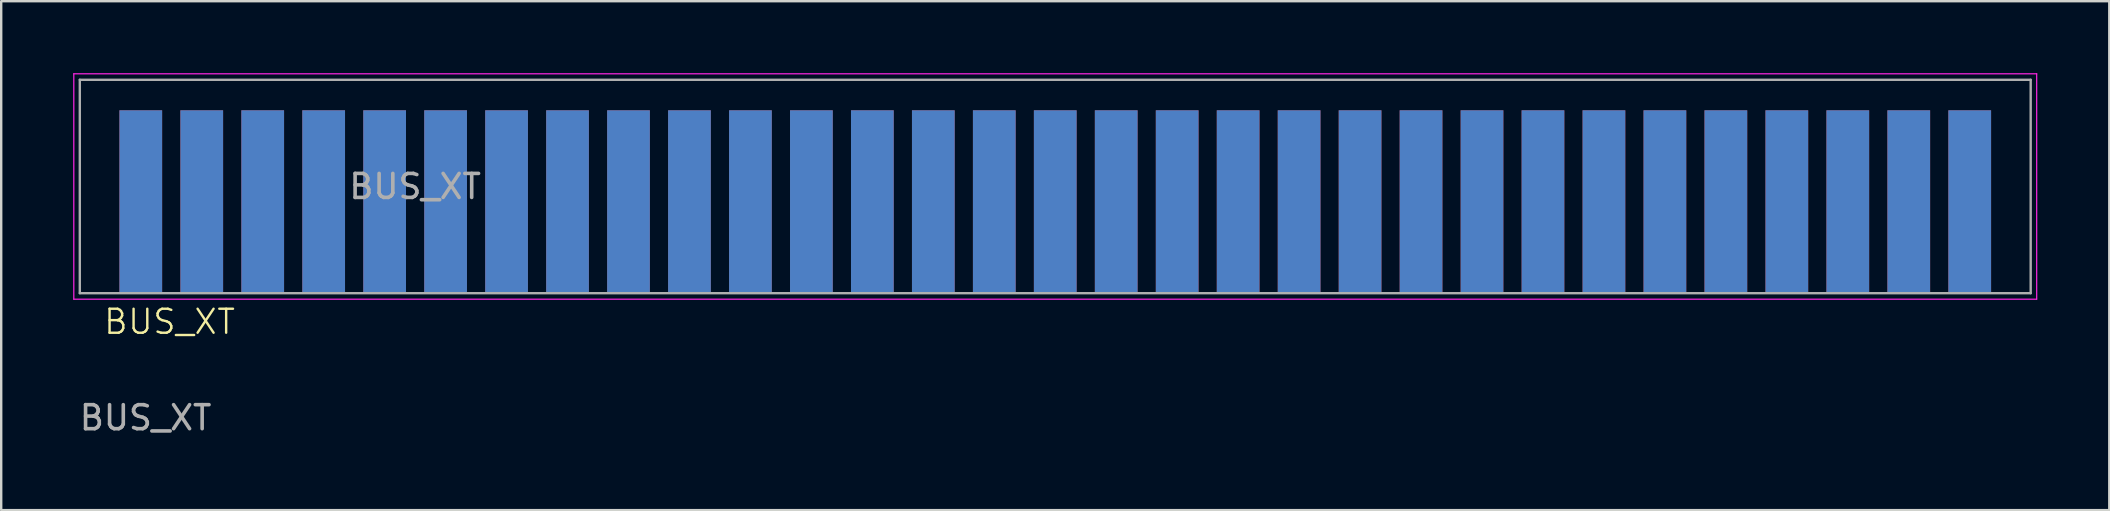
<source format=kicad_pcb>
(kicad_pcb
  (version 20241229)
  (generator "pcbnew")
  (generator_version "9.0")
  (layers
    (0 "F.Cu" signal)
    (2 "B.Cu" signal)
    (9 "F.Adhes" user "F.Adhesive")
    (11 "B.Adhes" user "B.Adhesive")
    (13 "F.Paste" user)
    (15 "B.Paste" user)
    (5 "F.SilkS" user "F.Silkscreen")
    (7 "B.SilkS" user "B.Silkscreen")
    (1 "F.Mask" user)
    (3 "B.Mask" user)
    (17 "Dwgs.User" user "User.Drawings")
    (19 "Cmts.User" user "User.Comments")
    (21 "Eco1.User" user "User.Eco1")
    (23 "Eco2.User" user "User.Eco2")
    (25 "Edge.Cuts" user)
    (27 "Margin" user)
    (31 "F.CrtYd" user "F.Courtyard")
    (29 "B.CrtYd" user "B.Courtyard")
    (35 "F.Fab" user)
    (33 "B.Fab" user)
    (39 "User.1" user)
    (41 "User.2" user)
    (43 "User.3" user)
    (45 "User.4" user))
  (footprint "BUS_XT"
    (layer "F.Cu")
    (at 79.015 5.355)
    (property "Reference" "BUS_XT" (at -75 5 0) (unlocked yes) (layer "F.SilkS") (effects (font (size 1 1) (thickness 0.1))))
    (attr through_hole)
    (fp_line (start -78.99 -5.33) (end -78.99 4.06) (stroke (width 0.05) (type solid)) (layer "F.CrtYd"))
    (fp_line (start -78.99 -5.33) (end 2.79 -5.33) (stroke (width 0.05) (type solid)) (layer "F.CrtYd"))
    (fp_line (start 2.79 4.06) (end -78.99 4.06) (stroke (width 0.05) (type solid)) (layer "F.CrtYd"))
    (fp_line (start 2.79 4.06) (end 2.79 -5.33) (stroke (width 0.05) (type solid)) (layer "F.CrtYd"))
    (fp_line (start -78.74 -5.08) (end 2.54 -5.08) (stroke (width 0.1) (type solid)) (layer "F.Fab"))
    (fp_line (start -78.74 3.81) (end -78.74 -5.08) (stroke (width 0.1) (type solid)) (layer "F.Fab"))
    (fp_line (start 2.54 -5.08) (end 2.54 3.81) (stroke (width 0.1) (type solid)) (layer "F.Fab"))
    (fp_line (start 2.54 3.81) (end -78.74 3.81) (stroke (width 0.1) (type solid)) (layer "F.Fab"))
    (fp_text user "${REFERENCE}" (at -64.77 -0.635 0) (layer "F.Fab") (effects (font (size 1 1) (thickness 0.15))))
    (fp_text user "${REFERENCE}" (at -76 9 0) (unlocked yes) (layer "F.Fab") (effects (font (size 1 1) (thickness 0.15))))
    (pad "1" connect rect (at 0 0) (size 1.78 7.62) (layers "B.Cu" "B.Mask"))
    (pad "2" connect rect (at -2.54 0) (size 1.78 7.62) (layers "B.Cu" "B.Mask"))
    (pad "3" connect rect (at -5.08 0) (size 1.78 7.62) (layers "B.Cu" "B.Mask"))
    (pad "4" connect rect (at -7.62 0) (size 1.78 7.62) (layers "B.Cu" "B.Mask"))
    (pad "5" connect rect (at -10.16 0) (size 1.78 7.62) (layers "B.Cu" "B.Mask"))
    (pad "6" connect rect (at -12.7 0) (size 1.78 7.62) (layers "B.Cu" "B.Mask"))
    (pad "7" connect rect (at -15.24 0) (size 1.78 7.62) (layers "B.Cu" "B.Mask"))
    (pad "8" connect rect (at -17.78 0) (size 1.78 7.62) (layers "B.Cu" "B.Mask"))
    (pad "9" connect rect (at -20.32 0) (size 1.78 7.62) (layers "B.Cu" "B.Mask"))
    (pad "10" connect rect (at -22.86 0) (size 1.78 7.62) (layers "B.Cu" "B.Mask"))
    (pad "11" connect rect (at -25.4 0) (size 1.78 7.62) (layers "B.Cu" "B.Mask"))
    (pad "12" connect rect (at -27.94 0) (size 1.78 7.62) (layers "B.Cu" "B.Mask"))
    (pad "13" connect rect (at -30.48 0) (size 1.78 7.62) (layers "B.Cu" "B.Mask"))
    (pad "14" connect rect (at -33.02 0) (size 1.78 7.62) (layers "B.Cu" "B.Mask"))
    (pad "15" connect rect (at -35.56 0) (size 1.78 7.62) (layers "B.Cu" "B.Mask"))
    (pad "16" connect rect (at -38.1 0) (size 1.78 7.62) (layers "B.Cu" "B.Mask"))
    (pad "17" connect rect (at -40.64 0) (size 1.78 7.62) (layers "B.Cu" "B.Mask"))
    (pad "18" connect rect (at -43.18 0) (size 1.78 7.62) (layers "B.Cu" "B.Mask"))
    (pad "19" connect rect (at -45.72 0) (size 1.78 7.62) (layers "B.Cu" "B.Mask"))
    (pad "20" connect rect (at -48.26 0) (size 1.78 7.62) (layers "B.Cu" "B.Mask"))
    (pad "21" connect rect (at -50.8 0) (size 1.78 7.62) (layers "B.Cu" "B.Mask"))
    (pad "22" connect rect (at -53.34 0) (size 1.78 7.62) (layers "B.Cu" "B.Mask"))
    (pad "23" connect rect (at -55.88 0) (size 1.78 7.62) (layers "B.Cu" "B.Mask"))
    (pad "24" connect rect (at -58.42 0) (size 1.78 7.62) (layers "B.Cu" "B.Mask"))
    (pad "25" connect rect (at -60.96 0) (size 1.78 7.62) (layers "B.Cu" "B.Mask"))
    (pad "26" connect rect (at -63.5 0) (size 1.78 7.62) (layers "B.Cu" "B.Mask"))
    (pad "27" connect rect (at -66.04 0) (size 1.78 7.62) (layers "B.Cu" "B.Mask"))
    (pad "28" connect rect (at -68.58 0) (size 1.78 7.62) (layers "B.Cu" "B.Mask"))
    (pad "29" connect rect (at -71.12 0) (size 1.78 7.62) (layers "B.Cu" "B.Mask"))
    (pad "30" connect rect (at -73.66 0) (size 1.78 7.62) (layers "B.Cu" "B.Mask"))
    (pad "31" connect rect (at -76.2 0) (size 1.78 7.62) (layers "B.Cu" "B.Mask"))
    (pad "32" connect rect (at 0 0) (size 1.78 7.62) (layers "F.Cu" "F.Mask"))
    (pad "33" connect rect (at -2.54 0) (size 1.78 7.62) (layers "F.Cu" "F.Mask"))
    (pad "34" connect rect (at -5.08 0) (size 1.78 7.62) (layers "F.Cu" "F.Mask"))
    (pad "35" connect rect (at -7.62 0) (size 1.78 7.62) (layers "F.Cu" "F.Mask"))
    (pad "36" connect rect (at -10.16 0) (size 1.78 7.62) (layers "F.Cu" "F.Mask"))
    (pad "37" connect rect (at -12.7 0) (size 1.78 7.62) (layers "F.Cu" "F.Mask"))
    (pad "38" connect rect (at -15.24 0) (size 1.78 7.62) (layers "F.Cu" "F.Mask"))
    (pad "39" connect rect (at -17.78 0) (size 1.78 7.62) (layers "F.Cu" "F.Mask"))
    (pad "40" connect rect (at -20.32 0) (size 1.78 7.62) (layers "F.Cu" "F.Mask"))
    (pad "41" connect rect (at -22.86 0) (size 1.78 7.62) (layers "F.Cu" "F.Mask"))
    (pad "42" connect rect (at -25.4 0) (size 1.78 7.62) (layers "F.Cu" "F.Mask"))
    (pad "43" connect rect (at -27.94 0) (size 1.78 7.62) (layers "F.Cu" "F.Mask"))
    (pad "44" connect rect (at -30.48 0) (size 1.78 7.62) (layers "F.Cu" "F.Mask"))
    (pad "45" connect rect (at -33.02 0) (size 1.78 7.62) (layers "F.Cu" "F.Mask"))
    (pad "46" connect rect (at -35.56 0) (size 1.78 7.62) (layers "F.Cu" "F.Mask"))
    (pad "47" connect rect (at -38.1 0) (size 1.78 7.62) (layers "F.Cu" "F.Mask"))
    (pad "48" connect rect (at -40.64 0) (size 1.78 7.62) (layers "F.Cu" "F.Mask"))
    (pad "49" connect rect (at -43.18 0) (size 1.78 7.62) (layers "F.Cu" "F.Mask"))
    (pad "50" connect rect (at -45.72 0) (size 1.78 7.62) (layers "F.Cu" "F.Mask"))
    (pad "51" connect rect (at -48.26 0) (size 1.78 7.62) (layers "F.Cu" "F.Mask"))
    (pad "52" connect rect (at -50.8 0) (size 1.78 7.62) (layers "F.Cu" "F.Mask"))
    (pad "53" connect rect (at -53.34 0) (size 1.78 7.62) (layers "F.Cu" "F.Mask"))
    (pad "54" connect rect (at -55.88 0) (size 1.78 7.62) (layers "F.Cu" "F.Mask"))
    (pad "55" connect rect (at -58.42 0) (size 1.78 7.62) (layers "F.Cu" "F.Mask"))
    (pad "56" connect rect (at -60.96 0) (size 1.78 7.62) (layers "F.Cu" "F.Mask"))
    (pad "57" connect rect (at -63.5 0) (size 1.78 7.62) (layers "F.Cu" "F.Mask"))
    (pad "58" connect rect (at -66.04 0) (size 1.78 7.62) (layers "F.Cu" "F.Mask"))
    (pad "59" connect rect (at -68.58 0) (size 1.78 7.62) (layers "F.Cu" "F.Mask"))
    (pad "60" connect rect (at -71.12 0) (size 1.78 7.62) (layers "F.Cu" "F.Mask"))
    (pad "61" connect rect (at -73.66 0) (size 1.78 7.62) (layers "F.Cu" "F.Mask"))
    (pad "62" connect rect (at -76.2 0) (size 1.78 7.62) (layers "F.Cu" "F.Mask")))
  (gr_rect
    (start -3 -3)
    (end 84.83 18.203)
    (stroke (width 0.1) (type default))
    (fill no)
    (layer "Edge.Cuts")))
</source>
